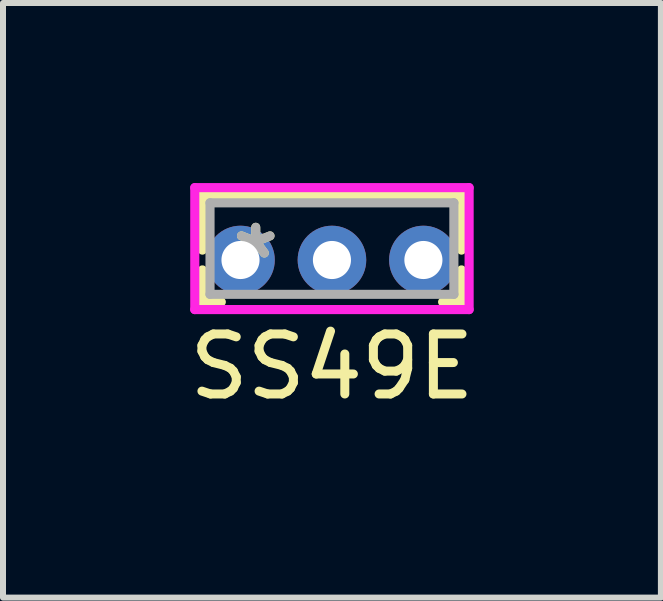
<source format=kicad_pcb>
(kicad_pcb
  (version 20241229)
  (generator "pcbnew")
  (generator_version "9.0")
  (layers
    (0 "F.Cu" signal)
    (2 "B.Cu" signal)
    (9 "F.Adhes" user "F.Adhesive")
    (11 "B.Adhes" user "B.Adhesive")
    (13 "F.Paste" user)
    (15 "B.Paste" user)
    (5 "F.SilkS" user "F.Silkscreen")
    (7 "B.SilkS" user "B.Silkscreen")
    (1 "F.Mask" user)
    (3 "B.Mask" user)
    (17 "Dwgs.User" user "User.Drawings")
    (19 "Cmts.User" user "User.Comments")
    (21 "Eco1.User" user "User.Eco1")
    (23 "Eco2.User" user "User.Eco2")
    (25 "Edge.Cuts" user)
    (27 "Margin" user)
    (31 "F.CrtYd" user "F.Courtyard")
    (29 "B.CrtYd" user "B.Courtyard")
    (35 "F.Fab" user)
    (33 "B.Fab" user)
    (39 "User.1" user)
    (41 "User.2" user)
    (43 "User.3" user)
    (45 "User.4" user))
  (footprint "SS49E"
    (layer "F.Cu")
    (at 1.212 1.283)
    (property "Reference" "SS49E" (at 1.27 1.778 0) (layer "F.SilkS") (effects (font (size 1 1) (thickness 0.15))))
    (attr through_hole)
    (fp_line (start -0.889 -1.079) (end -0.889 -0.165) (stroke (width 0.152) (type solid)) (layer "F.SilkS"))
    (fp_line (start -0.889 0.165) (end -0.889 0.699) (stroke (width 0.152) (type solid)) (layer "F.SilkS"))
    (fp_line (start -0.889 0.699) (end -0.574 0.699) (stroke (width 0.152) (type solid)) (layer "F.SilkS"))
    (fp_line (start 3.114 0.699) (end 3.429 0.699) (stroke (width 0.152) (type solid)) (layer "F.SilkS"))
    (fp_line (start 3.429 -1.079) (end -0.889 -1.079) (stroke (width 0.152) (type solid)) (layer "F.SilkS"))
    (fp_line (start 3.429 -0.165) (end 3.429 -1.079) (stroke (width 0.152) (type solid)) (layer "F.SilkS"))
    (fp_line (start 3.429 0.699) (end 3.429 0.165) (stroke (width 0.152) (type solid)) (layer "F.SilkS"))
    (fp_line (start -1.016 -1.206) (end -1.016 0.826) (stroke (width 0.152) (type solid)) (layer "F.CrtYd"))
    (fp_line (start -1.016 0.826) (end 3.556 0.826) (stroke (width 0.152) (type solid)) (layer "F.CrtYd"))
    (fp_line (start 3.556 -1.206) (end -1.016 -1.206) (stroke (width 0.152) (type solid)) (layer "F.CrtYd"))
    (fp_line (start 3.556 0.826) (end 3.556 -1.206) (stroke (width 0.152) (type solid)) (layer "F.CrtYd"))
    (fp_line (start -0.762 -0.953) (end -0.762 0.572) (stroke (width 0.152) (type solid)) (layer "F.Fab"))
    (fp_line (start -0.762 0.572) (end 3.302 0.572) (stroke (width 0.152) (type solid)) (layer "F.Fab"))
    (fp_line (start 3.302 -0.953) (end -0.762 -0.953) (stroke (width 0.152) (type solid)) (layer "F.Fab"))
    (fp_line (start 3.302 0.572) (end 3.302 -0.953) (stroke (width 0.152) (type solid)) (layer "F.Fab"))
    (fp_text user "*" (at 0 0 0) (layer "F.SilkS") (effects (font (size 1 1) (thickness 0.15))))
    (fp_text user "*" (at 0 0 0) (layer "F.Fab") (effects (font (size 1 1) (thickness 0.15))))
    (pad "1" thru_hole circle (at -0.254 0) (size 1.143 1.143) (drill 0.635) (layers "*.Cu" "*.Mask"))
    (pad "2" thru_hole circle (at 1.27 0) (size 1.143 1.143) (drill 0.635) (layers "*.Cu" "*.Mask"))
    (pad "3" thru_hole circle (at 2.794 0) (size 1.143 1.143) (drill 0.635) (layers "*.Cu" "*.Mask")))
  (gr_rect
    (start -3 -3)
    (end 7.964 6.909)
    (stroke (width 0.1) (type default))
    (fill no)
    (layer "Edge.Cuts")))
</source>
